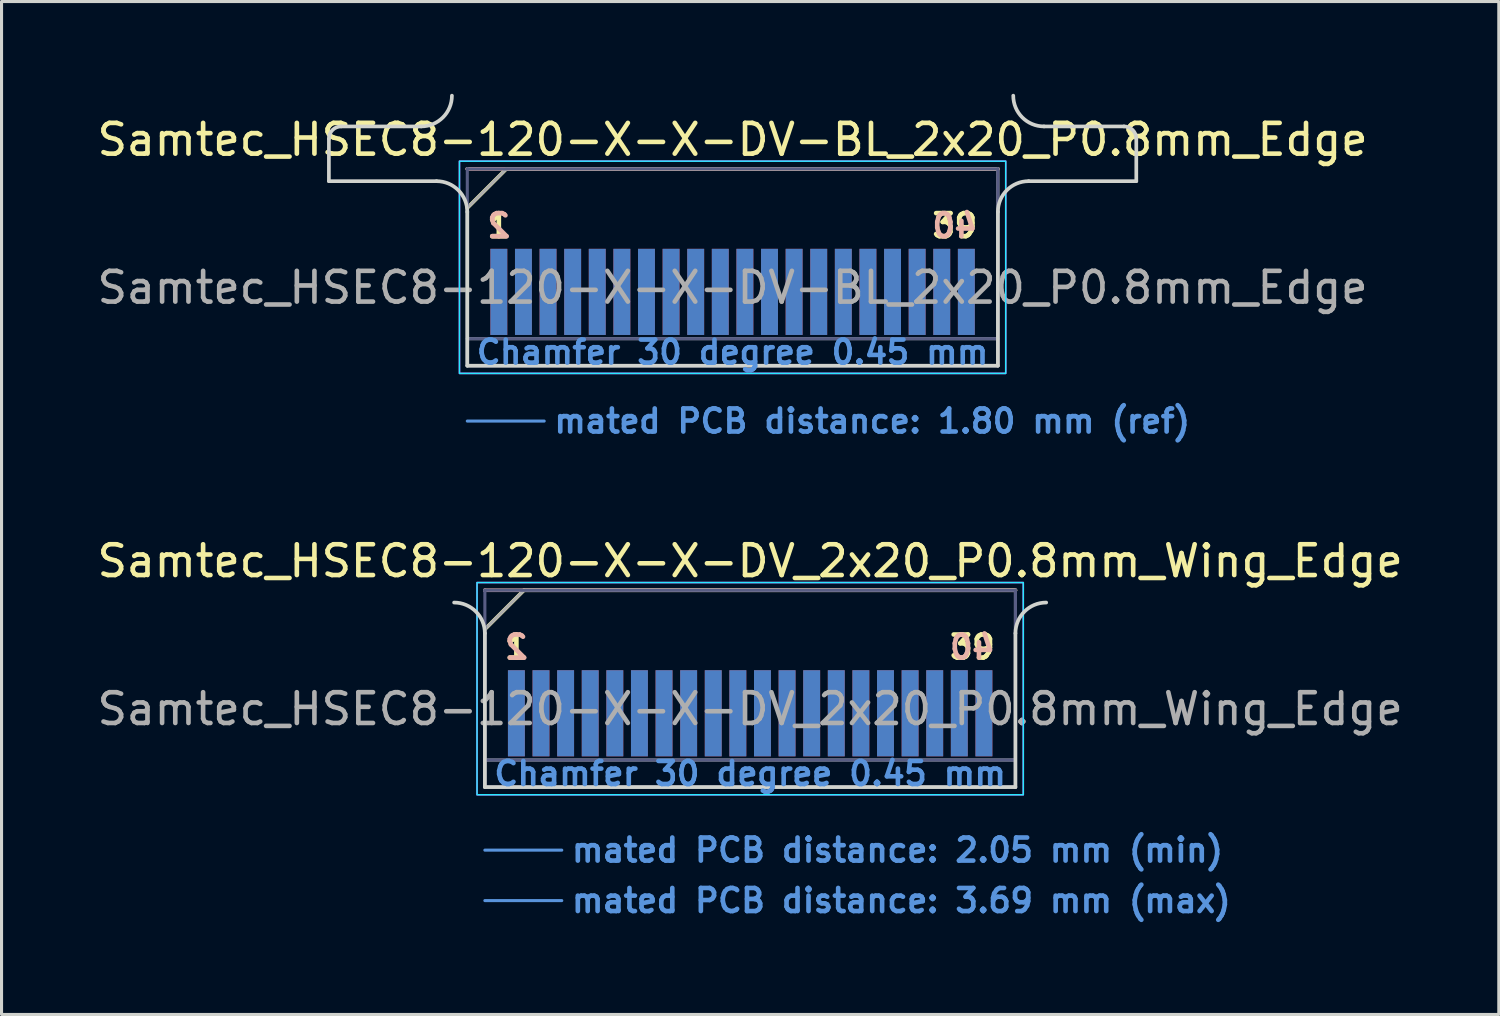
<source format=kicad_pcb>
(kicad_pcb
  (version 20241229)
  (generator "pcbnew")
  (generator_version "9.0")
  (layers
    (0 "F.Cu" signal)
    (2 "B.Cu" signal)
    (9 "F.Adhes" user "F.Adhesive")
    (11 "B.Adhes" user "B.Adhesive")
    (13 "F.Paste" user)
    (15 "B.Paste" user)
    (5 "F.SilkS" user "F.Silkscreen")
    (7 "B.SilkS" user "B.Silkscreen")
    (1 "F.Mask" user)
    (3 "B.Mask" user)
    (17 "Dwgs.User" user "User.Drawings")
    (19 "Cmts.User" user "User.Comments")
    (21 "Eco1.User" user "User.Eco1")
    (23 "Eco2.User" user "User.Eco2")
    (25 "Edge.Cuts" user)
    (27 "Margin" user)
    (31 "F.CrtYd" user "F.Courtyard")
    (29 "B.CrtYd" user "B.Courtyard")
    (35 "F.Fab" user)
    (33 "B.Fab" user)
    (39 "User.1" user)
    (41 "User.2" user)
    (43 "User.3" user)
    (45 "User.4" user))
  (footprint "Samtec_HSEC8-120-X-X-DV_2x20_P0.8mm_Wing_Edge"
    (layer "F.Cu")
    (at 21.339 22.54)
    (property "Reference" "Samtec_HSEC8-120-X-X-DV_2x20_P0.8mm_Wing_Edge" (at 0 -7.35 0) (layer "F.SilkS") (effects (font (size 1 1) (thickness 0.15))))
    (attr exclude_from_pos_files exclude_from_bom)
    (fp_line (start -8.625 -5.13) (end -7.355 -6.4) (stroke (width 0.12) (type solid)) (layer "F.SilkS"))
    (fp_line (start -7.355 -6.4) (end 8.625 -6.4) (stroke (width 0.12) (type solid)) (layer "F.SilkS"))
    (fp_line (start -8.625 -6.4) (end -8.625 -6.4) (stroke (width 0.12) (type solid)) (layer "B.SilkS"))
    (fp_line (start -8.625 -6.4) (end 8.625 -6.4) (stroke (width 0.12) (type solid)) (layer "B.SilkS"))
    (fp_line (start -8.625 2.05) (end -6.125 2.05) (stroke (width 0.1) (type solid)) (layer "Cmts.User"))
    (fp_line (start -8.625 3.69) (end -6.125 3.69) (stroke (width 0.1) (type solid)) (layer "Cmts.User"))
    (fp_line (start -8.625 -5) (end -8.625 0) (stroke (width 0.12) (type solid)) (layer "Edge.Cuts"))
    (fp_line (start -8.625 0) (end 8.625 0) (stroke (width 0.12) (type solid)) (layer "Edge.Cuts"))
    (fp_line (start 8.625 0) (end 8.625 -5) (stroke (width 0.12) (type solid)) (layer "Edge.Cuts"))
    (fp_arc (start -9.625 -6) (mid -8.917893 -5.707107) (end -8.625 -5) (stroke (width 0.12) (type solid)) (layer "Edge.Cuts"))
    (fp_arc (start 8.625 -5) (mid 8.917893 -5.707107) (end 9.625 -6) (stroke (width 0.12) (type solid)) (layer "Edge.Cuts"))
    (fp_rect (start -8.88 -6.65) (end 8.88 0.25) (stroke (width 0.05) (type solid)) (fill no) (layer "B.CrtYd"))
    (fp_rect (start -8.88 -6.65) (end 8.88 0.25) (stroke (width 0.05) (type solid)) (fill no) (layer "F.CrtYd"))
    (fp_line (start -8.625 -6.4) (end -8.625 -6.4) (stroke (width 0.1) (type solid)) (layer "B.Fab"))
    (fp_line (start -8.625 -6.4) (end -8.625 0) (stroke (width 0.1) (type solid)) (layer "B.Fab"))
    (fp_line (start -8.625 -6.4) (end 8.625 -6.4) (stroke (width 0.1) (type solid)) (layer "B.Fab"))
    (fp_line (start -8.625 -0.88) (end 8.625 -0.88) (stroke (width 0.1) (type solid)) (layer "B.Fab"))
    (fp_line (start -8.625 0) (end 8.625 0) (stroke (width 0.1) (type solid)) (layer "B.Fab"))
    (fp_line (start 8.625 -6.4) (end 8.625 0) (stroke (width 0.1) (type solid)) (layer "B.Fab"))
    (fp_line (start -8.625 -5.13) (end -8.625 0) (stroke (width 0.1) (type solid)) (layer "F.Fab"))
    (fp_line (start -8.625 -5.13) (end -7.355 -6.4) (stroke (width 0.1) (type solid)) (layer "F.Fab"))
    (fp_line (start -8.625 -0.88) (end 8.625 -0.88) (stroke (width 0.1) (type solid)) (layer "F.Fab"))
    (fp_line (start -8.625 0) (end 8.625 0) (stroke (width 0.1) (type solid)) (layer "F.Fab"))
    (fp_line (start -7.355 -6.4) (end 8.625 -6.4) (stroke (width 0.1) (type solid)) (layer "F.Fab"))
    (fp_line (start 8.625 -6.4) (end 8.625 0) (stroke (width 0.1) (type solid)) (layer "F.Fab"))
    (fp_text user "39" (at 7.225 -4.55 0) (layer "F.SilkS") (effects (font (size 0.75 0.75) (thickness 0.15))))
    (fp_text user "1" (at -7.6 -4.55 0) (layer "F.SilkS") (effects (font (size 0.75 0.75) (thickness 0.15))))
    (fp_text user "2" (at -7.6 -4.55 0) (layer "B.SilkS") (effects (font (size 0.75 0.75) (thickness 0.15)) (justify mirror)))
    (fp_text user "40" (at 7.225 -4.55 0) (layer "B.SilkS") (effects (font (size 0.75 0.75) (thickness 0.15)) (justify mirror)))
    (fp_text user "mated PCB distance: 3.69 mm (max)" (at -5.88 3.69 0) (layer "Cmts.User") (effects (font (size 0.75 0.75) (thickness 0.15)) (justify left)))
    (fp_text user "Chamfer 30 degree 0.45 mm" (at 0 -0.44 0) (layer "Cmts.User") (effects (font (size 0.75 0.75) (thickness 0.15))))
    (fp_text user "mated PCB distance: 2.05 mm (min)" (at -5.88 2.05 0) (layer "Cmts.User") (effects (font (size 0.75 0.75) (thickness 0.15)) (justify left)))
    (fp_text user "${REFERENCE}" (at 0 -2.54 0) (layer "F.Fab") (effects (font (size 1 1) (thickness 0.15))))
    (pad "1" connect rect (at -7.6 -2.4) (size 0.55 2.8) (layers "F.Cu" "F.Mask"))
    (pad "2" connect rect (at -7.6 -2.4) (size 0.55 2.8) (layers "B.Cu" "B.Mask"))
    (pad "3" connect rect (at -6.8 -2.4) (size 0.55 2.8) (layers "F.Cu" "F.Mask"))
    (pad "4" connect rect (at -6.8 -2.4) (size 0.55 2.8) (layers "B.Cu" "B.Mask"))
    (pad "5" connect rect (at -6 -2.4) (size 0.55 2.8) (layers "F.Cu" "F.Mask"))
    (pad "6" connect rect (at -6 -2.4) (size 0.55 2.8) (layers "B.Cu" "B.Mask"))
    (pad "7" connect rect (at -5.2 -2.4) (size 0.55 2.8) (layers "F.Cu" "F.Mask"))
    (pad "8" connect rect (at -5.2 -2.4) (size 0.55 2.8) (layers "B.Cu" "B.Mask"))
    (pad "9" connect rect (at -4.4 -2.4) (size 0.55 2.8) (layers "F.Cu" "F.Mask"))
    (pad "10" connect rect (at -4.4 -2.4) (size 0.55 2.8) (layers "B.Cu" "B.Mask"))
    (pad "11" connect rect (at -3.6 -2.4) (size 0.55 2.8) (layers "F.Cu" "F.Mask"))
    (pad "12" connect rect (at -3.6 -2.4) (size 0.55 2.8) (layers "B.Cu" "B.Mask"))
    (pad "13" connect rect (at -2.8 -2.4) (size 0.55 2.8) (layers "F.Cu" "F.Mask"))
    (pad "14" connect rect (at -2.8 -2.4) (size 0.55 2.8) (layers "B.Cu" "B.Mask"))
    (pad "15" connect rect (at -2 -2.4) (size 0.55 2.8) (layers "F.Cu" "F.Mask"))
    (pad "16" connect rect (at -2 -2.4) (size 0.55 2.8) (layers "B.Cu" "B.Mask"))
    (pad "17" connect rect (at -1.2 -2.4) (size 0.55 2.8) (layers "F.Cu" "F.Mask"))
    (pad "18" connect rect (at -1.2 -2.4) (size 0.55 2.8) (layers "B.Cu" "B.Mask"))
    (pad "19" connect rect (at -0.4 -2.4) (size 0.55 2.8) (layers "F.Cu" "F.Mask"))
    (pad "20" connect rect (at -0.4 -2.4) (size 0.55 2.8) (layers "B.Cu" "B.Mask"))
    (pad "21" connect rect (at 0.4 -2.4) (size 0.55 2.8) (layers "F.Cu" "F.Mask"))
    (pad "22" connect rect (at 0.4 -2.4) (size 0.55 2.8) (layers "B.Cu" "B.Mask"))
    (pad "23" connect rect (at 1.2 -2.4) (size 0.55 2.8) (layers "F.Cu" "F.Mask"))
    (pad "24" connect rect (at 1.2 -2.4) (size 0.55 2.8) (layers "B.Cu" "B.Mask"))
    (pad "25" connect rect (at 2 -2.4) (size 0.55 2.8) (layers "F.Cu" "F.Mask"))
    (pad "26" connect rect (at 2 -2.4) (size 0.55 2.8) (layers "B.Cu" "B.Mask"))
    (pad "27" connect rect (at 2.8 -2.4) (size 0.55 2.8) (layers "F.Cu" "F.Mask"))
    (pad "28" connect rect (at 2.8 -2.4) (size 0.55 2.8) (layers "B.Cu" "B.Mask"))
    (pad "29" connect rect (at 3.6 -2.4) (size 0.55 2.8) (layers "F.Cu" "F.Mask"))
    (pad "30" connect rect (at 3.6 -2.4) (size 0.55 2.8) (layers "B.Cu" "B.Mask"))
    (pad "31" connect rect (at 4.4 -2.4) (size 0.55 2.8) (layers "F.Cu" "F.Mask"))
    (pad "32" connect rect (at 4.4 -2.4) (size 0.55 2.8) (layers "B.Cu" "B.Mask"))
    (pad "33" connect rect (at 5.2 -2.4) (size 0.55 2.8) (layers "F.Cu" "F.Mask"))
    (pad "34" connect rect (at 5.2 -2.4) (size 0.55 2.8) (layers "B.Cu" "B.Mask"))
    (pad "35" connect rect (at 6 -2.4) (size 0.55 2.8) (layers "F.Cu" "F.Mask"))
    (pad "36" connect rect (at 6 -2.4) (size 0.55 2.8) (layers "B.Cu" "B.Mask"))
    (pad "37" connect rect (at 6.8 -2.4) (size 0.55 2.8) (layers "F.Cu" "F.Mask"))
    (pad "38" connect rect (at 6.8 -2.4) (size 0.55 2.8) (layers "B.Cu" "B.Mask"))
    (pad "39" connect rect (at 7.6 -2.4) (size 0.55 2.8) (layers "F.Cu" "F.Mask"))
    (pad "40" connect rect (at 7.6 -2.4) (size 0.55 2.8) (layers "B.Cu" "B.Mask")))
  (footprint "Samtec_HSEC8-120-X-X-DV-BL_2x20_P0.8mm_Edge"
    (layer "F.Cu")
    (at 20.768 8.84)
    (property "Reference" "Samtec_HSEC8-120-X-X-DV-BL_2x20_P0.8mm_Edge" (at 0 -7.35 0) (layer "F.SilkS") (effects (font (size 1 1) (thickness 0.15))))
    (attr exclude_from_pos_files exclude_from_bom)
    (fp_line (start -8.625 -5.13) (end -7.355 -6.4) (stroke (width 0.12) (type solid)) (layer "F.SilkS"))
    (fp_line (start -7.355 -6.4) (end 8.625 -6.4) (stroke (width 0.12) (type solid)) (layer "F.SilkS"))
    (fp_line (start -8.625 -6.4) (end -8.625 -6.4) (stroke (width 0.12) (type solid)) (layer "B.SilkS"))
    (fp_line (start -8.625 -6.4) (end 8.625 -6.4) (stroke (width 0.12) (type solid)) (layer "B.SilkS"))
    (fp_line (start -8.625 1.8) (end -6.125 1.8) (stroke (width 0.1) (type solid)) (layer "Cmts.User"))
    (fp_line (start -13.125 -6) (end -13.125 -7.38) (stroke (width 0.12) (type solid)) (layer "Edge.Cuts"))
    (fp_line (start -12.725 -7.78) (end -10.125 -7.78) (stroke (width 0.12) (type solid)) (layer "Edge.Cuts"))
    (fp_line (start -9.625 -6) (end -13.125 -6) (stroke (width 0.12) (type solid)) (layer "Edge.Cuts"))
    (fp_line (start -8.625 -5) (end -8.625 0) (stroke (width 0.12) (type solid)) (layer "Edge.Cuts"))
    (fp_line (start -8.625 0) (end 8.625 0) (stroke (width 0.12) (type solid)) (layer "Edge.Cuts"))
    (fp_line (start 8.625 0) (end 8.625 -5) (stroke (width 0.12) (type solid)) (layer "Edge.Cuts"))
    (fp_line (start 9.625 -6) (end 13.125 -6) (stroke (width 0.12) (type solid)) (layer "Edge.Cuts"))
    (fp_line (start 12.725 -7.78) (end 10.125 -7.78) (stroke (width 0.12) (type solid)) (layer "Edge.Cuts"))
    (fp_line (start 13.125 -6) (end 13.125 -7.38) (stroke (width 0.12) (type solid)) (layer "Edge.Cuts"))
    (fp_arc (start -13.125 -7.38) (mid -13.007843 -7.662843) (end -12.725 -7.78) (stroke (width 0.12) (type solid)) (layer "Edge.Cuts"))
    (fp_arc (start -9.625 -6) (mid -8.917893 -5.707107) (end -8.625 -5) (stroke (width 0.12) (type solid)) (layer "Edge.Cuts"))
    (fp_arc (start -9.125 -8.78) (mid -9.417893 -8.072893) (end -10.125 -7.78) (stroke (width 0.12) (type solid)) (layer "Edge.Cuts"))
    (fp_arc (start 8.625 -5) (mid 8.917893 -5.707107) (end 9.625 -6) (stroke (width 0.12) (type solid)) (layer "Edge.Cuts"))
    (fp_arc (start 10.125 -7.78) (mid 9.417893 -8.072893) (end 9.125 -8.78) (stroke (width 0.12) (type solid)) (layer "Edge.Cuts"))
    (fp_arc (start 12.725 -7.78) (mid 13.007843 -7.662843) (end 13.125 -7.38) (stroke (width 0.12) (type solid)) (layer "Edge.Cuts"))
    (fp_rect (start -8.88 -6.65) (end 8.88 0.25) (stroke (width 0.05) (type solid)) (fill no) (layer "B.CrtYd"))
    (fp_rect (start -8.88 -6.65) (end 8.88 0.25) (stroke (width 0.05) (type solid)) (fill no) (layer "F.CrtYd"))
    (fp_line (start -8.625 -6.4) (end -8.625 -6.4) (stroke (width 0.1) (type solid)) (layer "B.Fab"))
    (fp_line (start -8.625 -6.4) (end -8.625 0) (stroke (width 0.1) (type solid)) (layer "B.Fab"))
    (fp_line (start -8.625 -6.4) (end 8.625 -6.4) (stroke (width 0.1) (type solid)) (layer "B.Fab"))
    (fp_line (start -8.625 -0.88) (end 8.625 -0.88) (stroke (width 0.1) (type solid)) (layer "B.Fab"))
    (fp_line (start -8.625 0) (end 8.625 0) (stroke (width 0.1) (type solid)) (layer "B.Fab"))
    (fp_line (start 8.625 -6.4) (end 8.625 0) (stroke (width 0.1) (type solid)) (layer "B.Fab"))
    (fp_line (start -8.625 -5.13) (end -8.625 0) (stroke (width 0.1) (type solid)) (layer "F.Fab"))
    (fp_line (start -8.625 -5.13) (end -7.355 -6.4) (stroke (width 0.1) (type solid)) (layer "F.Fab"))
    (fp_line (start -8.625 -0.88) (end 8.625 -0.88) (stroke (width 0.1) (type solid)) (layer "F.Fab"))
    (fp_line (start -8.625 0) (end 8.625 0) (stroke (width 0.1) (type solid)) (layer "F.Fab"))
    (fp_line (start -7.355 -6.4) (end 8.625 -6.4) (stroke (width 0.1) (type solid)) (layer "F.Fab"))
    (fp_line (start 8.625 -6.4) (end 8.625 0) (stroke (width 0.1) (type solid)) (layer "F.Fab"))
    (fp_text user "39" (at 7.225 -4.55 0) (layer "F.SilkS") (effects (font (size 0.75 0.75) (thickness 0.15))))
    (fp_text user "1" (at -7.6 -4.55 0) (layer "F.SilkS") (effects (font (size 0.75 0.75) (thickness 0.15))))
    (fp_text user "40" (at 7.225 -4.55 0) (layer "B.SilkS") (effects (font (size 0.75 0.75) (thickness 0.15)) (justify mirror)))
    (fp_text user "2" (at -7.6 -4.55 0) (layer "B.SilkS") (effects (font (size 0.75 0.75) (thickness 0.15)) (justify mirror)))
    (fp_text user "mated PCB distance: 1.80 mm (ref)" (at -5.88 1.8 0) (layer "Cmts.User") (effects (font (size 0.75 0.75) (thickness 0.15)) (justify left)))
    (fp_text user "Chamfer 30 degree 0.45 mm" (at 0 -0.44 0) (layer "Cmts.User") (effects (font (size 0.75 0.75) (thickness 0.15))))
    (fp_text user "${REFERENCE}" (at 0 -2.54 0) (layer "F.Fab") (effects (font (size 1 1) (thickness 0.15))))
    (pad "1" connect rect (at -7.6 -2.4) (size 0.55 2.8) (layers "F.Cu" "F.Mask"))
    (pad "2" connect rect (at -7.6 -2.4) (size 0.55 2.8) (layers "B.Cu" "B.Mask"))
    (pad "3" connect rect (at -6.8 -2.4) (size 0.55 2.8) (layers "F.Cu" "F.Mask"))
    (pad "4" connect rect (at -6.8 -2.4) (size 0.55 2.8) (layers "B.Cu" "B.Mask"))
    (pad "5" connect rect (at -6 -2.4) (size 0.55 2.8) (layers "F.Cu" "F.Mask"))
    (pad "6" connect rect (at -6 -2.4) (size 0.55 2.8) (layers "B.Cu" "B.Mask"))
    (pad "7" connect rect (at -5.2 -2.4) (size 0.55 2.8) (layers "F.Cu" "F.Mask"))
    (pad "8" connect rect (at -5.2 -2.4) (size 0.55 2.8) (layers "B.Cu" "B.Mask"))
    (pad "9" connect rect (at -4.4 -2.4) (size 0.55 2.8) (layers "F.Cu" "F.Mask"))
    (pad "10" connect rect (at -4.4 -2.4) (size 0.55 2.8) (layers "B.Cu" "B.Mask"))
    (pad "11" connect rect (at -3.6 -2.4) (size 0.55 2.8) (layers "F.Cu" "F.Mask"))
    (pad "12" connect rect (at -3.6 -2.4) (size 0.55 2.8) (layers "B.Cu" "B.Mask"))
    (pad "13" connect rect (at -2.8 -2.4) (size 0.55 2.8) (layers "F.Cu" "F.Mask"))
    (pad "14" connect rect (at -2.8 -2.4) (size 0.55 2.8) (layers "B.Cu" "B.Mask"))
    (pad "15" connect rect (at -2 -2.4) (size 0.55 2.8) (layers "F.Cu" "F.Mask"))
    (pad "16" connect rect (at -2 -2.4) (size 0.55 2.8) (layers "B.Cu" "B.Mask"))
    (pad "17" connect rect (at -1.2 -2.4) (size 0.55 2.8) (layers "F.Cu" "F.Mask"))
    (pad "18" connect rect (at -1.2 -2.4) (size 0.55 2.8) (layers "B.Cu" "B.Mask"))
    (pad "19" connect rect (at -0.4 -2.4) (size 0.55 2.8) (layers "F.Cu" "F.Mask"))
    (pad "20" connect rect (at -0.4 -2.4) (size 0.55 2.8) (layers "B.Cu" "B.Mask"))
    (pad "21" connect rect (at 0.4 -2.4) (size 0.55 2.8) (layers "F.Cu" "F.Mask"))
    (pad "22" connect rect (at 0.4 -2.4) (size 0.55 2.8) (layers "B.Cu" "B.Mask"))
    (pad "23" connect rect (at 1.2 -2.4) (size 0.55 2.8) (layers "F.Cu" "F.Mask"))
    (pad "24" connect rect (at 1.2 -2.4) (size 0.55 2.8) (layers "B.Cu" "B.Mask"))
    (pad "25" connect rect (at 2 -2.4) (size 0.55 2.8) (layers "F.Cu" "F.Mask"))
    (pad "26" connect rect (at 2 -2.4) (size 0.55 2.8) (layers "B.Cu" "B.Mask"))
    (pad "27" connect rect (at 2.8 -2.4) (size 0.55 2.8) (layers "F.Cu" "F.Mask"))
    (pad "28" connect rect (at 2.8 -2.4) (size 0.55 2.8) (layers "B.Cu" "B.Mask"))
    (pad "29" connect rect (at 3.6 -2.4) (size 0.55 2.8) (layers "F.Cu" "F.Mask"))
    (pad "30" connect rect (at 3.6 -2.4) (size 0.55 2.8) (layers "B.Cu" "B.Mask"))
    (pad "31" connect rect (at 4.4 -2.4) (size 0.55 2.8) (layers "F.Cu" "F.Mask"))
    (pad "32" connect rect (at 4.4 -2.4) (size 0.55 2.8) (layers "B.Cu" "B.Mask"))
    (pad "33" connect rect (at 5.2 -2.4) (size 0.55 2.8) (layers "F.Cu" "F.Mask"))
    (pad "34" connect rect (at 5.2 -2.4) (size 0.55 2.8) (layers "B.Cu" "B.Mask"))
    (pad "35" connect rect (at 6 -2.4) (size 0.55 2.8) (layers "F.Cu" "F.Mask"))
    (pad "36" connect rect (at 6 -2.4) (size 0.55 2.8) (layers "B.Cu" "B.Mask"))
    (pad "37" connect rect (at 6.8 -2.4) (size 0.55 2.8) (layers "F.Cu" "F.Mask"))
    (pad "38" connect rect (at 6.8 -2.4) (size 0.55 2.8) (layers "B.Cu" "B.Mask"))
    (pad "39" connect rect (at 7.6 -2.4) (size 0.55 2.8) (layers "F.Cu" "F.Mask"))
    (pad "40" connect rect (at 7.6 -2.4) (size 0.55 2.8) (layers "B.Cu" "B.Mask")))
  (gr_rect
    (start -3 -3)
    (end 45.679 29.932)
    (stroke (width 0.1) (type default))
    (fill no)
    (layer "Edge.Cuts")))
</source>
